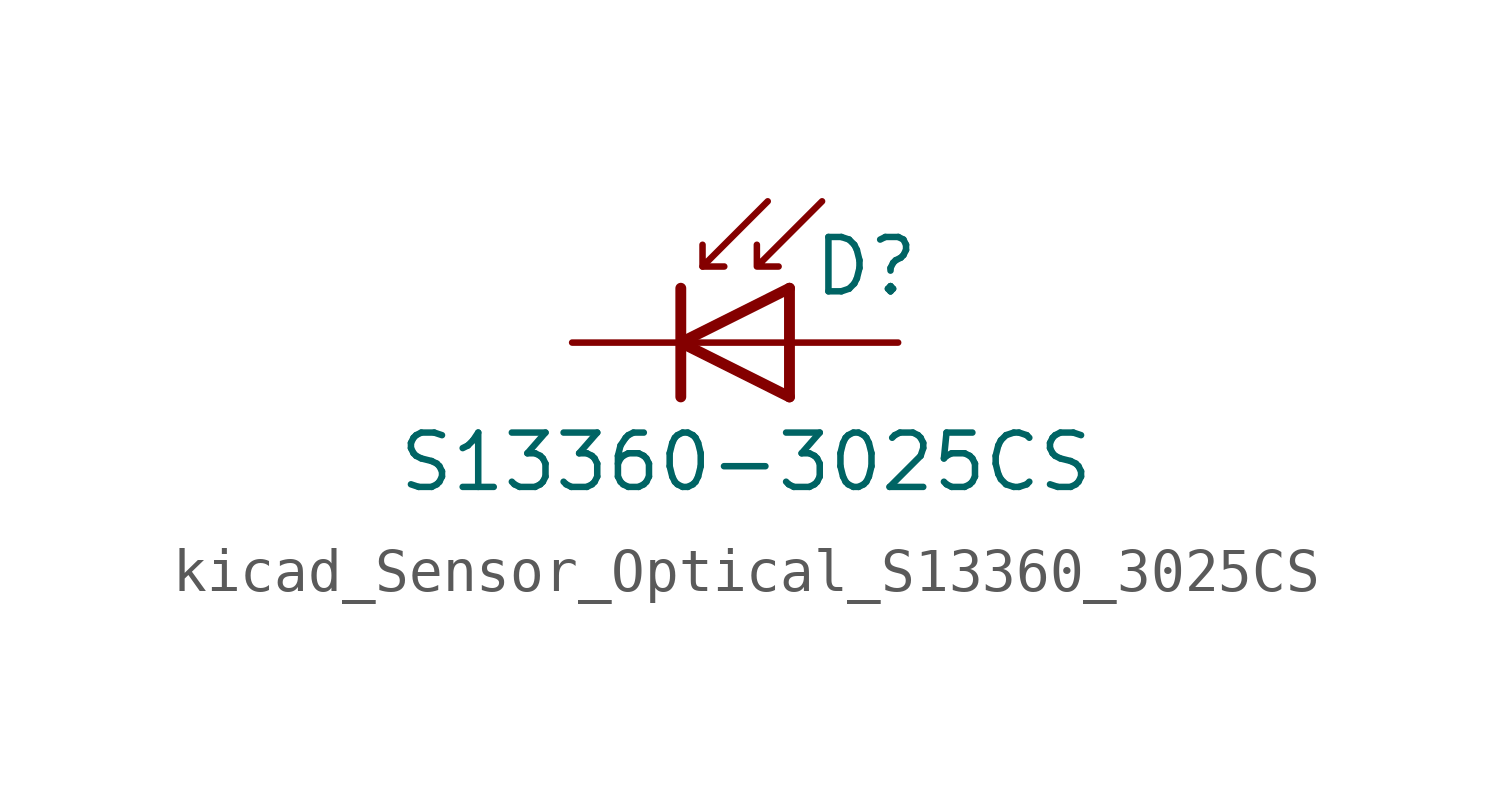
<source format=kicad_sym>
(kicad_symbol_lib
  (version 20220914)
  (generator kicad_symbol_editor)
  (symbol "kicad_Sensor_Optical_S13360_3025CS"
    (pin_numbers hide)
    (pin_names hide)
    (property "Reference" "D"
      (at 1.778 1.778 0)
      (effects (font (size 1.27 1.27)) (justify left)))
    (property "Value" "S13360-3025CS"
      (at 0.254 -2.794 0)
      (effects (font (size 1.27 1.27))))
    (symbol "kicad_Sensor_Optical_S13360_3025CS_0_1"
      (polyline (pts (xy -1.27 0) (xy 1.27 0)) (stroke (width 0) (type default)) (fill (type none)))
      (polyline (pts (xy -1.27 1.27) (xy -1.27 -1.27)) (stroke (width 0.254) (type default)) (fill (type none)))
      (polyline (pts (xy -0.762 1.778) (xy -0.254 1.778)) (stroke (width 0) (type default)) (fill (type none)))
      (polyline (pts (xy 1.27 1.27) (xy 1.27 -1.27)) (stroke (width 0.254) (type default)) (fill (type none)))
      (polyline (pts (xy 0.762 3.302) (xy -0.762 1.778) (xy -0.762 2.286)) (stroke (width 0) (type default)) (fill (type none)))
      (polyline (pts (xy 1.27 1.27) (xy -1.27 0) (xy 1.27 -1.27)) (stroke (width 0.254) (type default)) (fill (type none)))
      (polyline (pts (xy 2.032 3.302) (xy 0.508 1.778) (xy 0.508 2.286) (xy 0.508 1.778) (xy 1.016 1.778)) (stroke (width 0) (type default)) (fill (type none))))
    (symbol "kicad_Sensor_Optical_S13360_3025CS_1_1"
      (pin passive line (at 3.81 0 180) (length 2.54) (name "A" (effects (font (size 1.27 1.27)))) (number "1" (effects (font (size 1.27 1.27)))))
      (pin passive line (at -3.81 0 0) (length 2.54) (name "K" (effects (font (size 1.27 1.27)))) (number "2" (effects (font (size 1.27 1.27))))))))
</source>
